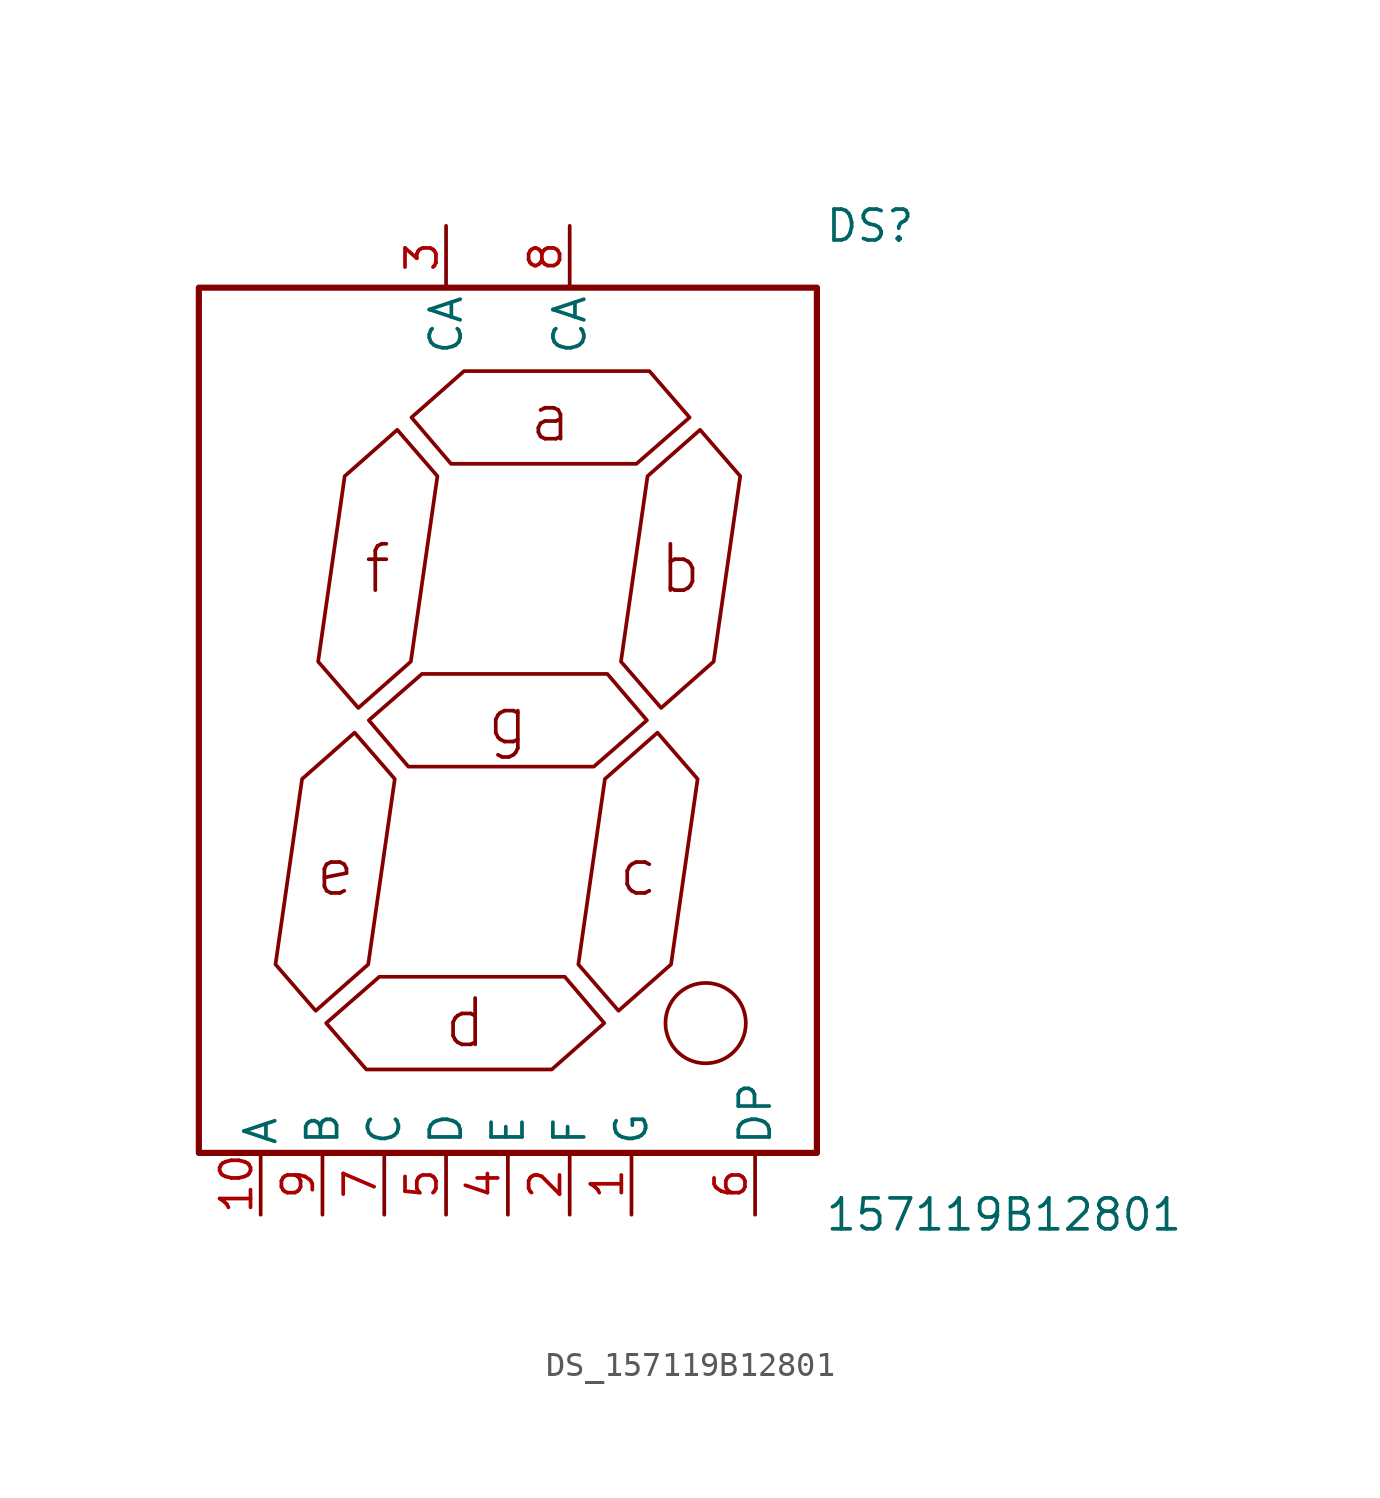
<source format=kicad_sym>
(kicad_symbol_lib
  (version 20231120)
  (generator kicad_symbol_editor)
  (generator_version 8.0)
  (symbol "DS_157119B12801"
    (pin_names
      (offset 0.254))
    (property "Reference" "DS"
      (at 13 20.32 0)
      (effects (font (size 1.27 1.27)) (justify left)))
    (property "Value" "157119B12801"
      (at 13 -20.32 0)
      (effects (font (size 1.27 1.27)) (justify left)))
    (symbol "DS_157119B12801_0_0"
      (pin unspecified line (at -2.54 20.32 270) (length 2.54) (name "CA" (effects (font (size 1.27 1.27)))) (number "3" (effects (font (size 1.27 1.27)))))
      (pin unspecified line (at 2.54 20.32 270) (length 2.54) (name "CA" (effects (font (size 1.27 1.27)))) (number "8" (effects (font (size 1.27 1.27)))))
      (pin unspecified line (at -10.16 -20.32 90) (length 2.54) (name "A" (effects (font (size 1.27 1.27)))) (number "10" (effects (font (size 1.27 1.27)))))
      (pin unspecified line (at -7.62 -20.32 90) (length 2.54) (name "B" (effects (font (size 1.27 1.27)))) (number "9" (effects (font (size 1.27 1.27)))))
      (pin unspecified line (at -5.08 -20.32 90) (length 2.54) (name "C" (effects (font (size 1.27 1.27)))) (number "7" (effects (font (size 1.27 1.27)))))
      (pin unspecified line (at -2.54 -20.32 90) (length 2.54) (name "D" (effects (font (size 1.27 1.27)))) (number "5" (effects (font (size 1.27 1.27)))))
      (pin unspecified line (at -0.0 -20.32 90) (length 2.54) (name "E" (effects (font (size 1.27 1.27)))) (number "4" (effects (font (size 1.27 1.27)))))
      (pin unspecified line (at 2.54 -20.32 90) (length 2.54) (name "F" (effects (font (size 1.27 1.27)))) (number "2" (effects (font (size 1.27 1.27)))))
      (pin unspecified line (at 5.08 -20.32 90) (length 2.54) (name "G" (effects (font (size 1.27 1.27)))) (number "1" (effects (font (size 1.27 1.27)))))
      (pin unspecified line (at 10.16 -20.32 90) (length 2.54) (name "DP" (effects (font (size 1.27 1.27)))) (number "6" (effects (font (size 1.27 1.27))))))
    (symbol "DS_157119B12801_1_0"
      (rectangle (start -12.7 17.78) (end 12.7 -17.78) (stroke (width 0.254) (type solid)) (fill (type none)))
      (polyline (pts (xy -7.899 -11.938) (xy -5.74 -10.033) (xy -4.648 -2.413) (xy -6.299 -0.508) (xy -8.458 -2.413) (xy -9.55 -10.033) (xy -7.899 -11.938)) (stroke (width 0) (type default)) (fill (type none)))
      (polyline (pts (xy -7.468 -12.446) (xy -5.283 -10.541) (xy 2.337 -10.541) (xy 3.962 -12.446) (xy 1.803 -14.351) (xy -5.817 -14.351) (xy -7.468 -12.446)) (stroke (width 0) (type default)) (fill (type none)))
      (polyline (pts (xy -6.147 0.508) (xy -3.988 2.413) (xy -2.896 10.033) (xy -4.547 11.938) (xy -6.706 10.033) (xy -7.798 2.413) (xy -6.147 0.508)) (stroke (width 0) (type default)) (fill (type none)))
      (polyline (pts (xy -5.715 0) (xy -3.531 1.905) (xy 4.089 1.905) (xy 5.715 0) (xy 3.531 -1.905) (xy -4.089 -1.905) (xy -5.715 0)) (stroke (width 0) (type default)) (fill (type none)))
      (polyline (pts (xy -3.962 12.446) (xy -1.803 14.351) (xy 5.817 14.351) (xy 7.468 12.446) (xy 5.283 10.541) (xy -2.337 10.541) (xy -3.962 12.446)) (stroke (width 0) (type default)) (fill (type none)))
      (polyline (pts (xy 4.547 -11.938) (xy 6.706 -10.033) (xy 7.798 -2.413) (xy 6.147 -0.508) (xy 3.988 -2.413) (xy 2.896 -10.033) (xy 4.547 -11.938)) (stroke (width 0) (type default)) (fill (type none)))
      (polyline (pts (xy 6.299 0.508) (xy 8.458 2.413) (xy 9.55 10.033) (xy 7.899 11.938) (xy 5.74 10.033) (xy 4.648 2.413) (xy 6.299 0.508)) (stroke (width 0) (type default)) (fill (type none)))
      (circle (center 8.128 -12.446) (radius 1.651) (stroke (width 0) (type default)) (fill (type none)))
      (text "e" (at -7.087 -6.223 0) (effects (font (size 1.905 1.905))))
      (text "f" (at -5.359 6.223 0) (effects (font (size 1.905 1.905))))
      (text "d" (at -1.753 -12.446 0) (effects (font (size 1.905 1.905))))
      (text "g" (at 0 0 0) (effects (font (size 1.905 1.905))))
      (text "a" (at 1.753 12.446 0) (effects (font (size 1.905 1.905))))
      (text "c" (at 5.359 -6.223 0) (effects (font (size 1.905 1.905))))
      (text "b" (at 7.087 6.223 0) (effects (font (size 1.905 1.905)))))))
</source>
